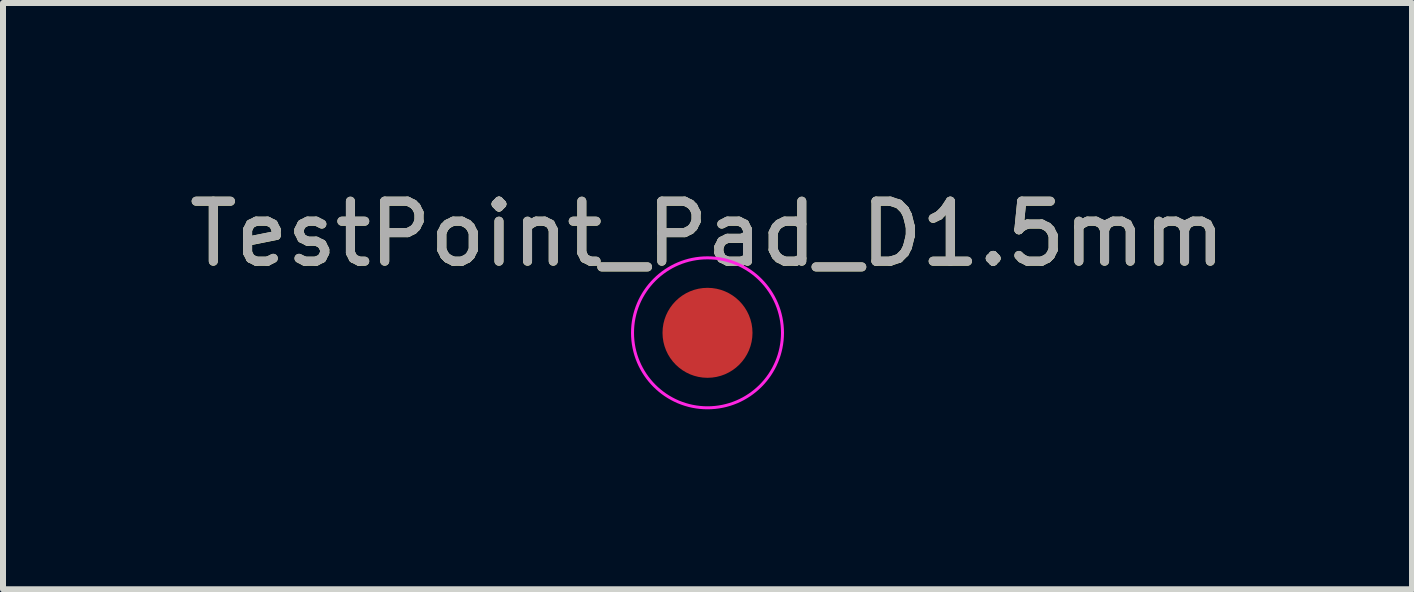
<source format=kicad_pcb>
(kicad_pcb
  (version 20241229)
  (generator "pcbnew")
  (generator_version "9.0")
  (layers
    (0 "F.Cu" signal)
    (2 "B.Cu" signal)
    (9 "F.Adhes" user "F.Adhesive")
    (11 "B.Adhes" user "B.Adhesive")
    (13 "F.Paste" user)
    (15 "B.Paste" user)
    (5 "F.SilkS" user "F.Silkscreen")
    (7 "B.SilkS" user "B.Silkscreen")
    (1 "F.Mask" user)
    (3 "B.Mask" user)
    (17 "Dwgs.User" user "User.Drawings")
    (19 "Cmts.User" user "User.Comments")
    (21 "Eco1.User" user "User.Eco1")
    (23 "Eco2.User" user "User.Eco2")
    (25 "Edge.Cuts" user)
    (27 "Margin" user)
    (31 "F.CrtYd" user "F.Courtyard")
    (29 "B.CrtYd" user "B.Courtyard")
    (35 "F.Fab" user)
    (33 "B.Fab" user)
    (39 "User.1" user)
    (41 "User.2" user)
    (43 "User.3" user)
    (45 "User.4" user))
  (footprint "TestPoint_Pad_D1.5mm"
    (layer "F.Cu")
    (at 8.744 2.498)
    (property "Reference" "TestPoint_Pad_D1.5mm" (at 0 -1.648 0) (layer "F.SilkS") (effects (font (size 1 1) (thickness 0.15))))
    (attr exclude_from_pos_files exclude_from_bom)
    (fp_circle (center 0 0) (end 1.25 0) (stroke (width 0.05) (type solid)) (fill no) (layer "F.CrtYd"))
    (fp_text user "${REFERENCE}" (at 0 -1.65 0) (layer "F.Fab") (effects (font (size 1 1) (thickness 0.15))))
    (pad "1" smd circle (at 0 0) (size 1.5 1.5) (layers "F.Cu" "F.Mask")))
  (gr_rect
    (start -3 -3)
    (end 20.488 6.773)
    (stroke (width 0.1) (type default))
    (fill no)
    (layer "Edge.Cuts")))
</source>
